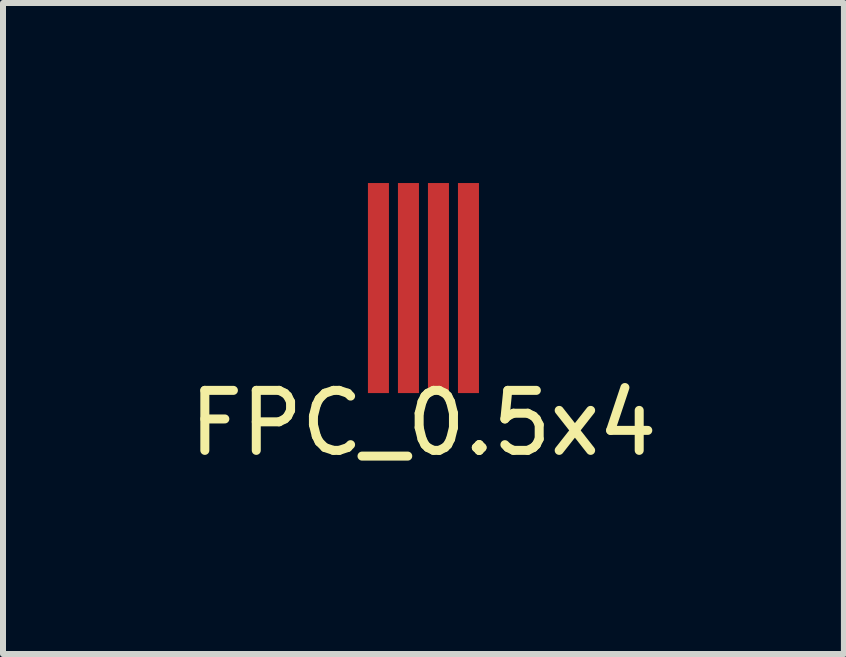
<source format=kicad_pcb>
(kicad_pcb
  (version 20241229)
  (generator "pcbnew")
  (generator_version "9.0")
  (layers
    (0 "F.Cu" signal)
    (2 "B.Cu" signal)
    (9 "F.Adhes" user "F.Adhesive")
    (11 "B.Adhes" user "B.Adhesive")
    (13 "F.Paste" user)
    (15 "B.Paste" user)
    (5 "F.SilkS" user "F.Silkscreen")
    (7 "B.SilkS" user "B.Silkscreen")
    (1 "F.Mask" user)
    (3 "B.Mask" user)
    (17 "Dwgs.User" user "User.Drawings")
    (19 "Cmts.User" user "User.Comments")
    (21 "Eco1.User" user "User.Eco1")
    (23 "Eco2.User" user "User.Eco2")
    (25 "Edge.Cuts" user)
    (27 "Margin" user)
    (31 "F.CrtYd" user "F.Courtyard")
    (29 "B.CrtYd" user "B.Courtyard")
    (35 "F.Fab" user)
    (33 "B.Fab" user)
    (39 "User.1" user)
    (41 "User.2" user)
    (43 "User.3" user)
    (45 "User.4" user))
  (footprint "FPC_0.5x4"
    (layer "F.Cu")
    (at 4.006 3.5)
    (property "Reference" "FPC_0.5x4" (at 0 0.5 0) (layer "F.SilkS") (effects (font (size 1 1) (thickness 0.15))))
    (attr through_hole)
    (pad "" smd rect (at 0 -1.75) (size 2.5 3.5) (layers "F.Mask"))
    (pad "1" smd rect (at -0.75 -1.75) (size 0.35 3.5) (layers "F.Cu"))
    (pad "2" smd rect (at -0.25 -1.75) (size 0.35 3.5) (layers "F.Cu"))
    (pad "3" smd rect (at 0.25 -1.75) (size 0.35 3.5) (layers "F.Cu"))
    (pad "4" smd rect (at 0.75 -1.75) (size 0.35 3.5) (layers "F.Cu")))
  (gr_rect
    (start -3 -3)
    (end 11.012 7.848)
    (stroke (width 0.1) (type default))
    (fill no)
    (layer "Edge.Cuts")))
</source>
